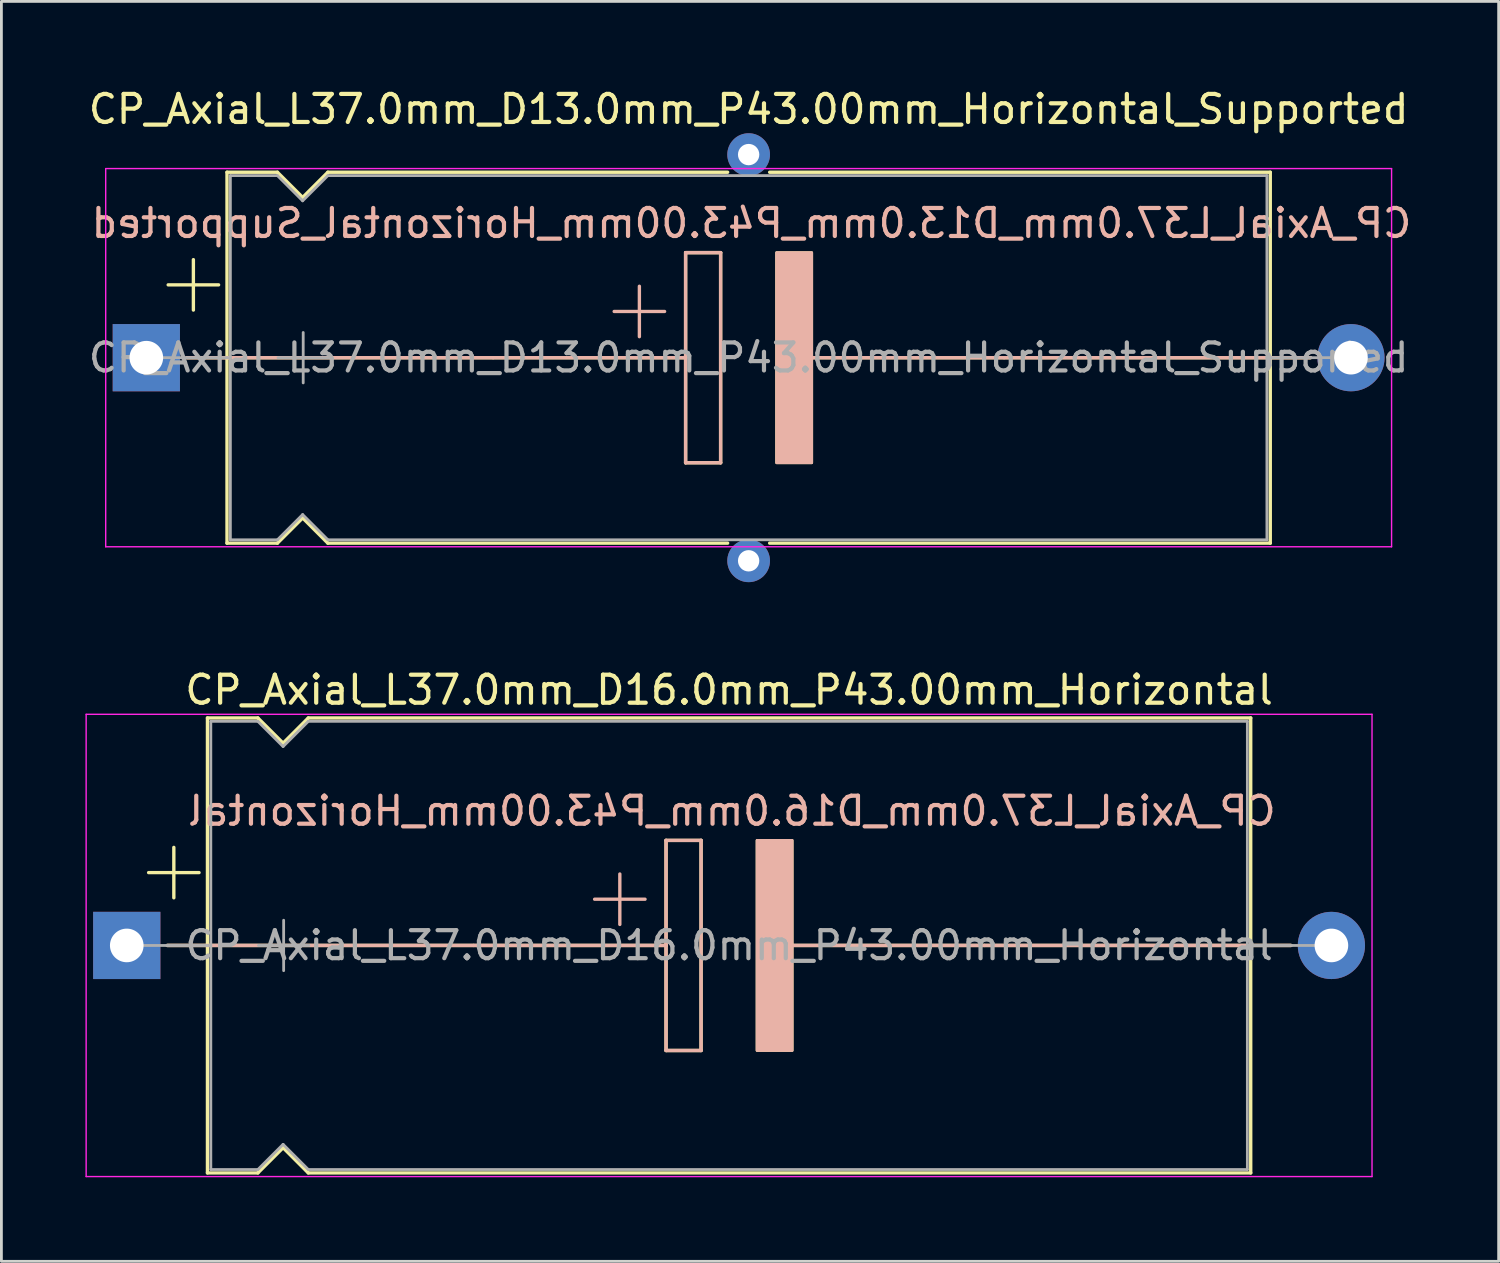
<source format=kicad_pcb>
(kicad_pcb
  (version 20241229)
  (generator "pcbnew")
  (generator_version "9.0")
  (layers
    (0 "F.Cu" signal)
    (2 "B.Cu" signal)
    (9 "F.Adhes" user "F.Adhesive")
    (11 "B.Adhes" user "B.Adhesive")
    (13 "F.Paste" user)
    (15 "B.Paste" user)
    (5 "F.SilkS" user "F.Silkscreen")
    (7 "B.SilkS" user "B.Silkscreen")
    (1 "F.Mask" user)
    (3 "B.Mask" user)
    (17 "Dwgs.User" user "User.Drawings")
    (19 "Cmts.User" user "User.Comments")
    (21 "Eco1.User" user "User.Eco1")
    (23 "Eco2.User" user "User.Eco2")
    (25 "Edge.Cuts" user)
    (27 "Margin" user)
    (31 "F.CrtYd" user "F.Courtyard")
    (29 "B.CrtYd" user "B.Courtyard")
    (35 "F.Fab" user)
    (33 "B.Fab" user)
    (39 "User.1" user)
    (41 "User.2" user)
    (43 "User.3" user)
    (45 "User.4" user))
  (footprint "CP_Axial_L37.0mm_D16.0mm_P43.00mm_Horizontal"
    (layer "F.Cu")
    (at 1.475 30.698)
    (property "Reference" "CP_Axial_L37.0mm_D16.0mm_P43.00mm_Horizontal" (at 21.5 -9.12 0) (layer "F.SilkS") (effects (font (size 1 1) (thickness 0.15))))
    (fp_line (start 0.78 -2.6) (end 2.58 -2.6) (stroke (width 0.12) (type solid)) (layer "F.SilkS"))
    (fp_line (start 1.44 0) (end 2.88 0) (stroke (width 0.12) (type solid)) (layer "F.SilkS"))
    (fp_line (start 1.68 -3.5) (end 1.68 -1.7) (stroke (width 0.12) (type solid)) (layer "F.SilkS"))
    (fp_line (start 2.88 -8.12) (end 2.88 8.12) (stroke (width 0.12) (type solid)) (layer "F.SilkS"))
    (fp_line (start 2.88 -8.12) (end 4.68 -8.12) (stroke (width 0.12) (type solid)) (layer "F.SilkS"))
    (fp_line (start 2.88 0) (end 19.25 0) (stroke (width 0.12) (type solid)) (layer "F.SilkS"))
    (fp_line (start 2.88 8.12) (end 4.68 8.12) (stroke (width 0.12) (type solid)) (layer "F.SilkS"))
    (fp_line (start 4.68 -8.12) (end 5.58 -7.22) (stroke (width 0.12) (type solid)) (layer "F.SilkS"))
    (fp_line (start 4.68 8.12) (end 5.58 7.22) (stroke (width 0.12) (type solid)) (layer "F.SilkS"))
    (fp_line (start 5.58 -7.22) (end 6.48 -8.12) (stroke (width 0.12) (type solid)) (layer "F.SilkS"))
    (fp_line (start 5.58 7.22) (end 6.48 8.12) (stroke (width 0.12) (type solid)) (layer "F.SilkS"))
    (fp_line (start 6.48 -8.12) (end 40.12 -8.12) (stroke (width 0.12) (type solid)) (layer "F.SilkS"))
    (fp_line (start 6.48 8.12) (end 40.12 8.12) (stroke (width 0.12) (type solid)) (layer "F.SilkS"))
    (fp_line (start 19.25 -3.75) (end 20.5 -3.75) (stroke (width 0.12) (type solid)) (layer "F.SilkS"))
    (fp_line (start 19.25 0) (end 19.25 -3.75) (stroke (width 0.12) (type solid)) (layer "F.SilkS"))
    (fp_line (start 19.25 3.75) (end 19.25 0) (stroke (width 0.12) (type solid)) (layer "F.SilkS"))
    (fp_line (start 20.5 -3.75) (end 20.5 3.75) (stroke (width 0.12) (type solid)) (layer "F.SilkS"))
    (fp_line (start 20.5 3.75) (end 19.25 3.75) (stroke (width 0.12) (type solid)) (layer "F.SilkS"))
    (fp_line (start 23.75 0) (end 40.12 0) (stroke (width 0.12) (type solid)) (layer "F.SilkS"))
    (fp_line (start 40.12 -8.12) (end 40.12 8.12) (stroke (width 0.12) (type solid)) (layer "F.SilkS"))
    (fp_line (start 41.56 0) (end 40.12 0) (stroke (width 0.12) (type solid)) (layer "F.SilkS"))
    (fp_poly (pts (xy 23.75 3.75) (xy 22.5 3.75) (xy 22.5 -3.75) (xy 23.75 -3.75)) (stroke (width 0.1) (type solid)) (fill yes) (layer "F.SilkS"))
    (fp_line (start 1.45 0) (end 12.38 0) (stroke (width 0.12) (type solid)) (layer "B.SilkS"))
    (fp_line (start 12.38 0) (end 19.25 0) (stroke (width 0.12) (type solid)) (layer "B.SilkS"))
    (fp_line (start 17.6 -2.55) (end 17.6 -0.75) (stroke (width 0.12) (type solid)) (layer "B.SilkS"))
    (fp_line (start 18.5 -1.65) (end 16.7 -1.65) (stroke (width 0.12) (type solid)) (layer "B.SilkS"))
    (fp_line (start 19.25 -3.75) (end 20.5 -3.75) (stroke (width 0.12) (type solid)) (layer "B.SilkS"))
    (fp_line (start 19.25 0) (end 19.25 -3.75) (stroke (width 0.12) (type solid)) (layer "B.SilkS"))
    (fp_line (start 19.25 3.75) (end 19.25 0) (stroke (width 0.12) (type solid)) (layer "B.SilkS"))
    (fp_line (start 20.5 -3.75) (end 20.5 3.75) (stroke (width 0.12) (type solid)) (layer "B.SilkS"))
    (fp_line (start 20.5 3.75) (end 19.25 3.75) (stroke (width 0.12) (type solid)) (layer "B.SilkS"))
    (fp_line (start 23.75 0) (end 30.62 0) (stroke (width 0.12) (type solid)) (layer "B.SilkS"))
    (fp_line (start 41.55 0) (end 30.62 0) (stroke (width 0.12) (type solid)) (layer "B.SilkS"))
    (fp_poly (pts (xy 23.75 3.75) (xy 22.5 3.75) (xy 22.5 -3.75) (xy 23.75 -3.75)) (stroke (width 0.1) (type solid)) (fill yes) (layer "B.SilkS"))
    (fp_line (start -1.45 -8.25) (end -1.45 8.25) (stroke (width 0.05) (type solid)) (layer "F.CrtYd"))
    (fp_line (start -1.45 8.25) (end 44.45 8.25) (stroke (width 0.05) (type solid)) (layer "F.CrtYd"))
    (fp_line (start 44.45 -8.25) (end -1.45 -8.25) (stroke (width 0.05) (type solid)) (layer "F.CrtYd"))
    (fp_line (start 44.45 8.25) (end 44.45 -8.25) (stroke (width 0.05) (type solid)) (layer "F.CrtYd"))
    (fp_line (start 0 0) (end 3 0) (stroke (width 0.1) (type solid)) (layer "F.Fab"))
    (fp_line (start 3 -8) (end 3 8) (stroke (width 0.1) (type solid)) (layer "F.Fab"))
    (fp_line (start 3 -8) (end 4.68 -8) (stroke (width 0.1) (type solid)) (layer "F.Fab"))
    (fp_line (start 3 8) (end 4.68 8) (stroke (width 0.1) (type solid)) (layer "F.Fab"))
    (fp_line (start 4.68 -8) (end 5.58 -7.1) (stroke (width 0.1) (type solid)) (layer "F.Fab"))
    (fp_line (start 4.68 8) (end 5.58 7.1) (stroke (width 0.1) (type solid)) (layer "F.Fab"))
    (fp_line (start 4.7 0) (end 6.5 0) (stroke (width 0.1) (type solid)) (layer "F.Fab"))
    (fp_line (start 5.58 -7.1) (end 6.48 -8) (stroke (width 0.1) (type solid)) (layer "F.Fab"))
    (fp_line (start 5.58 7.1) (end 6.48 8) (stroke (width 0.1) (type solid)) (layer "F.Fab"))
    (fp_line (start 5.6 -0.9) (end 5.6 0.9) (stroke (width 0.1) (type solid)) (layer "F.Fab"))
    (fp_line (start 6.48 -8) (end 40 -8) (stroke (width 0.1) (type solid)) (layer "F.Fab"))
    (fp_line (start 6.48 8) (end 40 8) (stroke (width 0.1) (type solid)) (layer "F.Fab"))
    (fp_line (start 40 -8) (end 40 8) (stroke (width 0.1) (type solid)) (layer "F.Fab"))
    (fp_line (start 43 0) (end 40 0) (stroke (width 0.1) (type solid)) (layer "F.Fab"))
    (fp_text user "${REFERENCE}" (at 21.6 -4.8 0) (layer "B.SilkS") (effects (font (size 1 1) (thickness 0.15)) (justify mirror)))
    (fp_text user "${REFERENCE}" (at 21.5 0 0) (layer "F.Fab") (effects (font (size 1 1) (thickness 0.15))))
    (pad "1" thru_hole rect (at 0 0) (size 2.4 2.4) (drill 1.2) (layers "*.Cu" "*.Mask"))
    (pad "2" thru_hole oval (at 43 0) (size 2.4 2.4) (drill 1.2) (layers "*.Cu" "*.Mask")))
  (footprint "CP_Axial_L37.0mm_D13.0mm_P43.00mm_Horizontal_Supported"
    (layer "F.Cu")
    (at 2.173 9.718)
    (property "Reference" "CP_Axial_L37.0mm_D13.0mm_P43.00mm_Horizontal_Supported" (at 21.5 -8.87 0) (layer "F.SilkS") (effects (font (size 1 1) (thickness 0.15))))
    (fp_line (start 0.78 -2.6) (end 2.58 -2.6) (stroke (width 0.12) (type solid)) (layer "F.SilkS"))
    (fp_line (start 1.44 0) (end 2.88 0) (stroke (width 0.12) (type solid)) (layer "F.SilkS"))
    (fp_line (start 1.68 -3.5) (end 1.68 -1.7) (stroke (width 0.12) (type solid)) (layer "F.SilkS"))
    (fp_line (start 2.88 -6.62) (end 2.88 6.62) (stroke (width 0.12) (type solid)) (layer "F.SilkS"))
    (fp_line (start 2.88 -6.62) (end 4.68 -6.62) (stroke (width 0.12) (type solid)) (layer "F.SilkS"))
    (fp_line (start 2.88 0) (end 19.25 0) (stroke (width 0.12) (type solid)) (layer "F.SilkS"))
    (fp_line (start 2.88 6.62) (end 4.68 6.62) (stroke (width 0.12) (type solid)) (layer "F.SilkS"))
    (fp_line (start 4.68 -6.62) (end 5.58 -5.72) (stroke (width 0.12) (type solid)) (layer "F.SilkS"))
    (fp_line (start 4.68 6.62) (end 5.58 5.72) (stroke (width 0.12) (type solid)) (layer "F.SilkS"))
    (fp_line (start 5.58 -5.72) (end 6.48 -6.62) (stroke (width 0.12) (type solid)) (layer "F.SilkS"))
    (fp_line (start 5.58 5.72) (end 6.48 6.62) (stroke (width 0.12) (type solid)) (layer "F.SilkS"))
    (fp_line (start 6.48 -6.62) (end 20.75 -6.62) (stroke (width 0.12) (type solid)) (layer "F.SilkS"))
    (fp_line (start 6.48 6.62) (end 20.75 6.62) (stroke (width 0.12) (type solid)) (layer "F.SilkS"))
    (fp_line (start 19.25 -3.75) (end 20.5 -3.75) (stroke (width 0.12) (type solid)) (layer "F.SilkS"))
    (fp_line (start 19.25 0) (end 19.25 -3.75) (stroke (width 0.12) (type solid)) (layer "F.SilkS"))
    (fp_line (start 19.25 3.75) (end 19.25 0) (stroke (width 0.12) (type solid)) (layer "F.SilkS"))
    (fp_line (start 20.5 -3.75) (end 20.5 3.75) (stroke (width 0.12) (type solid)) (layer "F.SilkS"))
    (fp_line (start 20.5 3.75) (end 19.25 3.75) (stroke (width 0.12) (type solid)) (layer "F.SilkS"))
    (fp_line (start 22.25 -6.62) (end 40.12 -6.62) (stroke (width 0.12) (type solid)) (layer "F.SilkS"))
    (fp_line (start 22.25 6.62) (end 40.12 6.62) (stroke (width 0.12) (type solid)) (layer "F.SilkS"))
    (fp_line (start 23.75 0) (end 40.132 0) (stroke (width 0.12) (type solid)) (layer "F.SilkS"))
    (fp_line (start 40.12 -6.62) (end 40.12 6.62) (stroke (width 0.12) (type solid)) (layer "F.SilkS"))
    (fp_line (start 41.56 0) (end 40.12 0) (stroke (width 0.12) (type solid)) (layer "F.SilkS"))
    (fp_poly (pts (xy 23.75 3.75) (xy 22.5 3.75) (xy 22.5 -3.75) (xy 23.75 -3.75)) (stroke (width 0.1) (type solid)) (fill yes) (layer "F.SilkS"))
    (fp_line (start 1.45 0) (end 12.38 0) (stroke (width 0.12) (type solid)) (layer "B.SilkS"))
    (fp_line (start 12.38 0) (end 19.25 0) (stroke (width 0.12) (type solid)) (layer "B.SilkS"))
    (fp_line (start 17.6 -2.55) (end 17.6 -0.75) (stroke (width 0.12) (type solid)) (layer "B.SilkS"))
    (fp_line (start 18.5 -1.65) (end 16.7 -1.65) (stroke (width 0.12) (type solid)) (layer "B.SilkS"))
    (fp_line (start 19.25 -3.75) (end 20.5 -3.75) (stroke (width 0.12) (type solid)) (layer "B.SilkS"))
    (fp_line (start 19.25 0) (end 19.25 -3.75) (stroke (width 0.12) (type solid)) (layer "B.SilkS"))
    (fp_line (start 19.25 3.75) (end 19.25 0) (stroke (width 0.12) (type solid)) (layer "B.SilkS"))
    (fp_line (start 20.5 -3.75) (end 20.5 3.75) (stroke (width 0.12) (type solid)) (layer "B.SilkS"))
    (fp_line (start 20.5 3.75) (end 19.25 3.75) (stroke (width 0.12) (type solid)) (layer "B.SilkS"))
    (fp_line (start 23.75 0) (end 30.62 0) (stroke (width 0.12) (type solid)) (layer "B.SilkS"))
    (fp_line (start 41.55 0) (end 30.62 0) (stroke (width 0.12) (type solid)) (layer "B.SilkS"))
    (fp_poly (pts (xy 23.75 3.75) (xy 22.5 3.75) (xy 22.5 -3.75) (xy 23.75 -3.75)) (stroke (width 0.1) (type solid)) (fill yes) (layer "B.SilkS"))
    (fp_line (start -1.45 -6.75) (end -1.45 6.75) (stroke (width 0.05) (type solid)) (layer "F.CrtYd"))
    (fp_line (start -1.45 6.75) (end 44.45 6.75) (stroke (width 0.05) (type solid)) (layer "F.CrtYd"))
    (fp_line (start 44.45 -6.75) (end -1.45 -6.75) (stroke (width 0.05) (type solid)) (layer "F.CrtYd"))
    (fp_line (start 44.45 6.75) (end 44.45 -6.75) (stroke (width 0.05) (type solid)) (layer "F.CrtYd"))
    (fp_line (start 0 0) (end 3 0) (stroke (width 0.1) (type solid)) (layer "F.Fab"))
    (fp_line (start 3 -6.5) (end 3 6.5) (stroke (width 0.1) (type solid)) (layer "F.Fab"))
    (fp_line (start 3 -6.5) (end 4.68 -6.5) (stroke (width 0.1) (type solid)) (layer "F.Fab"))
    (fp_line (start 3 6.5) (end 4.68 6.5) (stroke (width 0.1) (type solid)) (layer "F.Fab"))
    (fp_line (start 4.68 -6.5) (end 5.58 -5.6) (stroke (width 0.1) (type solid)) (layer "F.Fab"))
    (fp_line (start 4.68 6.5) (end 5.58 5.6) (stroke (width 0.1) (type solid)) (layer "F.Fab"))
    (fp_line (start 4.7 0) (end 6.5 0) (stroke (width 0.1) (type solid)) (layer "F.Fab"))
    (fp_line (start 5.58 -5.6) (end 6.48 -6.5) (stroke (width 0.1) (type solid)) (layer "F.Fab"))
    (fp_line (start 5.58 5.6) (end 6.48 6.5) (stroke (width 0.1) (type solid)) (layer "F.Fab"))
    (fp_line (start 5.6 -0.9) (end 5.6 0.9) (stroke (width 0.1) (type solid)) (layer "F.Fab"))
    (fp_line (start 6.48 -6.5) (end 40 -6.5) (stroke (width 0.1) (type solid)) (layer "F.Fab"))
    (fp_line (start 6.48 6.5) (end 40 6.5) (stroke (width 0.1) (type solid)) (layer "F.Fab"))
    (fp_line (start 40 -6.5) (end 40 6.5) (stroke (width 0.1) (type solid)) (layer "F.Fab"))
    (fp_line (start 43 0) (end 40 0) (stroke (width 0.1) (type solid)) (layer "F.Fab"))
    (fp_text user "${REFERENCE}" (at 21.6 -4.8 0) (layer "B.SilkS") (effects (font (size 1 1) (thickness 0.15)) (justify mirror)))
    (fp_text user "${REFERENCE}" (at 21.5 0 0) (layer "F.Fab") (effects (font (size 1 1) (thickness 0.15))))
    (pad "" thru_hole circle (at 21.5 -7.25) (size 1.524 1.524) (drill 0.762) (layers "*.Cu" "*.Mask"))
    (pad "" thru_hole circle (at 21.5 7.25) (size 1.524 1.524) (drill 0.762) (layers "*.Cu" "*.Mask"))
    (pad "1" thru_hole rect (at 0 0) (size 2.4 2.4) (drill 1.2) (layers "*.Cu" "*.Mask"))
    (pad "2" thru_hole oval (at 43 0) (size 2.4 2.4) (drill 1.2) (layers "*.Cu" "*.Mask")))
  (gr_rect
    (start -3 -3)
    (end 50.445 41.974)
    (stroke (width 0.1) (type default))
    (fill no)
    (layer "Edge.Cuts")))
</source>
